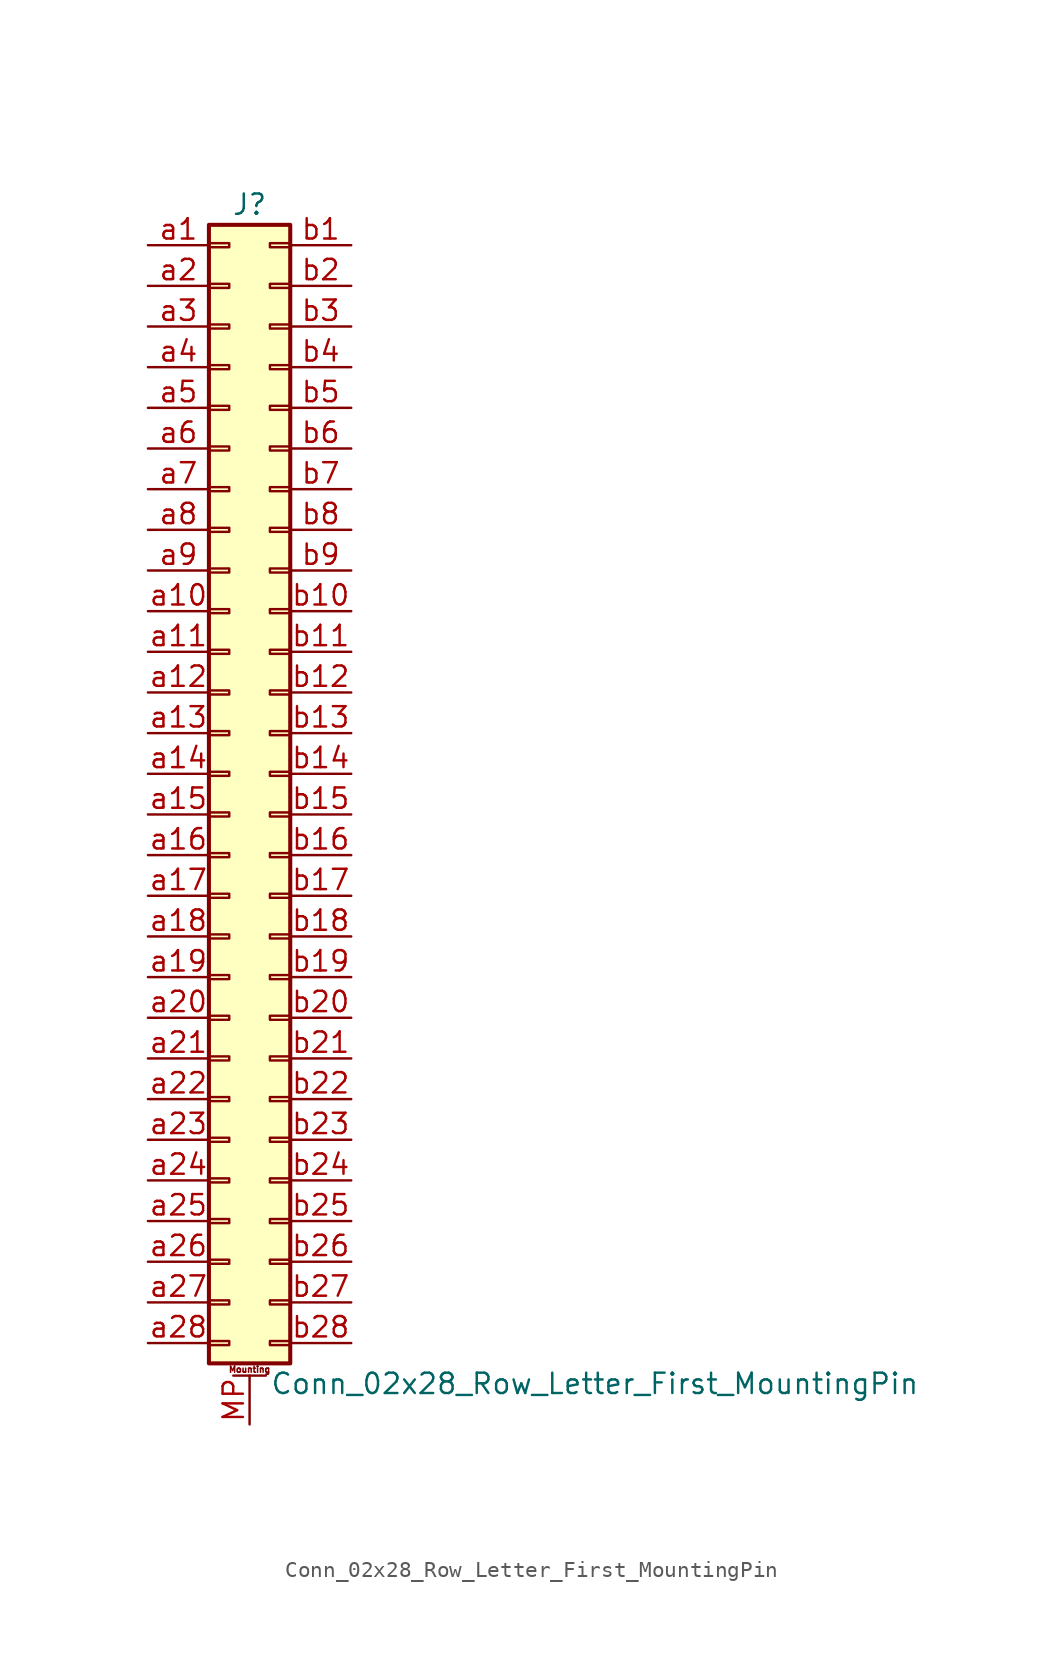
<source format=kicad_sym>
(kicad_symbol_lib
  (version 20211014)
  (generator kicad_symbol_editor)
  (symbol "Conn_02x28_Row_Letter_First_MountingPin"
    (pin_names
      (offset 1.016) hide)
    (property "Reference" "J"
      (at 1.27 35.56 0)
      (effects (font (size 1.27 1.27))))
    (property "Value" "Conn_02x28_Row_Letter_First_MountingPin"
      (at 2.54 -38.1 0)
      (effects (font (size 1.27 1.27)) (justify left)))
    (symbol "Conn_02x28_Row_Letter_First_MountingPin_1_1"
      (rectangle (start -1.27 -35.433) (end 0 -35.687) (stroke (width 0.152) (type default) (color 0 0 0 0)) (fill (type none)))
      (rectangle (start -1.27 -32.893) (end 0 -33.147) (stroke (width 0.152) (type default) (color 0 0 0 0)) (fill (type none)))
      (rectangle (start -1.27 -30.353) (end 0 -30.607) (stroke (width 0.152) (type default) (color 0 0 0 0)) (fill (type none)))
      (rectangle (start -1.27 -27.813) (end 0 -28.067) (stroke (width 0.152) (type default) (color 0 0 0 0)) (fill (type none)))
      (rectangle (start -1.27 -25.273) (end 0 -25.527) (stroke (width 0.152) (type default) (color 0 0 0 0)) (fill (type none)))
      (rectangle (start -1.27 -22.733) (end 0 -22.987) (stroke (width 0.152) (type default) (color 0 0 0 0)) (fill (type none)))
      (rectangle (start -1.27 -20.193) (end 0 -20.447) (stroke (width 0.152) (type default) (color 0 0 0 0)) (fill (type none)))
      (rectangle (start -1.27 -17.653) (end 0 -17.907) (stroke (width 0.152) (type default) (color 0 0 0 0)) (fill (type none)))
      (rectangle (start -1.27 -15.113) (end 0 -15.367) (stroke (width 0.152) (type default) (color 0 0 0 0)) (fill (type none)))
      (rectangle (start -1.27 -12.573) (end 0 -12.827) (stroke (width 0.152) (type default) (color 0 0 0 0)) (fill (type none)))
      (rectangle (start -1.27 -10.033) (end 0 -10.287) (stroke (width 0.152) (type default) (color 0 0 0 0)) (fill (type none)))
      (rectangle (start -1.27 -7.493) (end 0 -7.747) (stroke (width 0.152) (type default) (color 0 0 0 0)) (fill (type none)))
      (rectangle (start -1.27 -4.953) (end 0 -5.207) (stroke (width 0.152) (type default) (color 0 0 0 0)) (fill (type none)))
      (rectangle (start -1.27 -2.413) (end 0 -2.667) (stroke (width 0.152) (type default) (color 0 0 0 0)) (fill (type none)))
      (rectangle (start -1.27 0.127) (end 0 -0.127) (stroke (width 0.152) (type default) (color 0 0 0 0)) (fill (type none)))
      (rectangle (start -1.27 2.667) (end 0 2.413) (stroke (width 0.152) (type default) (color 0 0 0 0)) (fill (type none)))
      (rectangle (start -1.27 5.207) (end 0 4.953) (stroke (width 0.152) (type default) (color 0 0 0 0)) (fill (type none)))
      (rectangle (start -1.27 7.747) (end 0 7.493) (stroke (width 0.152) (type default) (color 0 0 0 0)) (fill (type none)))
      (rectangle (start -1.27 10.287) (end 0 10.033) (stroke (width 0.152) (type default) (color 0 0 0 0)) (fill (type none)))
      (rectangle (start -1.27 12.827) (end 0 12.573) (stroke (width 0.152) (type default) (color 0 0 0 0)) (fill (type none)))
      (rectangle (start -1.27 15.367) (end 0 15.113) (stroke (width 0.152) (type default) (color 0 0 0 0)) (fill (type none)))
      (rectangle (start -1.27 17.907) (end 0 17.653) (stroke (width 0.152) (type default) (color 0 0 0 0)) (fill (type none)))
      (rectangle (start -1.27 20.447) (end 0 20.193) (stroke (width 0.152) (type default) (color 0 0 0 0)) (fill (type none)))
      (rectangle (start -1.27 22.987) (end 0 22.733) (stroke (width 0.152) (type default) (color 0 0 0 0)) (fill (type none)))
      (rectangle (start -1.27 25.527) (end 0 25.273) (stroke (width 0.152) (type default) (color 0 0 0 0)) (fill (type none)))
      (rectangle (start -1.27 28.067) (end 0 27.813) (stroke (width 0.152) (type default) (color 0 0 0 0)) (fill (type none)))
      (rectangle (start -1.27 30.607) (end 0 30.353) (stroke (width 0.152) (type default) (color 0 0 0 0)) (fill (type none)))
      (rectangle (start -1.27 33.147) (end 0 32.893) (stroke (width 0.152) (type default) (color 0 0 0 0)) (fill (type none)))
      (rectangle (start -1.27 34.29) (end 3.81 -36.83) (stroke (width 0.254) (type default) (color 0 0 0 0)) (fill (type background)))
      (polyline (pts (xy 0.254 -37.592) (xy 2.286 -37.592)) (stroke (width 0.152) (type default) (color 0 0 0 0)) (fill (type none)))
      (rectangle (start 3.81 -35.433) (end 2.54 -35.687) (stroke (width 0.152) (type default) (color 0 0 0 0)) (fill (type none)))
      (rectangle (start 3.81 -32.893) (end 2.54 -33.147) (stroke (width 0.152) (type default) (color 0 0 0 0)) (fill (type none)))
      (rectangle (start 3.81 -30.353) (end 2.54 -30.607) (stroke (width 0.152) (type default) (color 0 0 0 0)) (fill (type none)))
      (rectangle (start 3.81 -27.813) (end 2.54 -28.067) (stroke (width 0.152) (type default) (color 0 0 0 0)) (fill (type none)))
      (rectangle (start 3.81 -25.273) (end 2.54 -25.527) (stroke (width 0.152) (type default) (color 0 0 0 0)) (fill (type none)))
      (rectangle (start 3.81 -22.733) (end 2.54 -22.987) (stroke (width 0.152) (type default) (color 0 0 0 0)) (fill (type none)))
      (rectangle (start 3.81 -20.193) (end 2.54 -20.447) (stroke (width 0.152) (type default) (color 0 0 0 0)) (fill (type none)))
      (rectangle (start 3.81 -17.653) (end 2.54 -17.907) (stroke (width 0.152) (type default) (color 0 0 0 0)) (fill (type none)))
      (rectangle (start 3.81 -15.113) (end 2.54 -15.367) (stroke (width 0.152) (type default) (color 0 0 0 0)) (fill (type none)))
      (rectangle (start 3.81 -12.573) (end 2.54 -12.827) (stroke (width 0.152) (type default) (color 0 0 0 0)) (fill (type none)))
      (rectangle (start 3.81 -10.033) (end 2.54 -10.287) (stroke (width 0.152) (type default) (color 0 0 0 0)) (fill (type none)))
      (rectangle (start 3.81 -7.493) (end 2.54 -7.747) (stroke (width 0.152) (type default) (color 0 0 0 0)) (fill (type none)))
      (rectangle (start 3.81 -4.953) (end 2.54 -5.207) (stroke (width 0.152) (type default) (color 0 0 0 0)) (fill (type none)))
      (rectangle (start 3.81 -2.413) (end 2.54 -2.667) (stroke (width 0.152) (type default) (color 0 0 0 0)) (fill (type none)))
      (rectangle (start 3.81 0.127) (end 2.54 -0.127) (stroke (width 0.152) (type default) (color 0 0 0 0)) (fill (type none)))
      (rectangle (start 3.81 2.667) (end 2.54 2.413) (stroke (width 0.152) (type default) (color 0 0 0 0)) (fill (type none)))
      (rectangle (start 3.81 5.207) (end 2.54 4.953) (stroke (width 0.152) (type default) (color 0 0 0 0)) (fill (type none)))
      (rectangle (start 3.81 7.747) (end 2.54 7.493) (stroke (width 0.152) (type default) (color 0 0 0 0)) (fill (type none)))
      (rectangle (start 3.81 10.287) (end 2.54 10.033) (stroke (width 0.152) (type default) (color 0 0 0 0)) (fill (type none)))
      (rectangle (start 3.81 12.827) (end 2.54 12.573) (stroke (width 0.152) (type default) (color 0 0 0 0)) (fill (type none)))
      (rectangle (start 3.81 15.367) (end 2.54 15.113) (stroke (width 0.152) (type default) (color 0 0 0 0)) (fill (type none)))
      (rectangle (start 3.81 17.907) (end 2.54 17.653) (stroke (width 0.152) (type default) (color 0 0 0 0)) (fill (type none)))
      (rectangle (start 3.81 20.447) (end 2.54 20.193) (stroke (width 0.152) (type default) (color 0 0 0 0)) (fill (type none)))
      (rectangle (start 3.81 22.987) (end 2.54 22.733) (stroke (width 0.152) (type default) (color 0 0 0 0)) (fill (type none)))
      (rectangle (start 3.81 25.527) (end 2.54 25.273) (stroke (width 0.152) (type default) (color 0 0 0 0)) (fill (type none)))
      (rectangle (start 3.81 28.067) (end 2.54 27.813) (stroke (width 0.152) (type default) (color 0 0 0 0)) (fill (type none)))
      (rectangle (start 3.81 30.607) (end 2.54 30.353) (stroke (width 0.152) (type default) (color 0 0 0 0)) (fill (type none)))
      (rectangle (start 3.81 33.147) (end 2.54 32.893) (stroke (width 0.152) (type default) (color 0 0 0 0)) (fill (type none)))
      (text "Mounting" (at 1.27 -37.211 0) (effects (font (size 0.381 0.381))))
      (pin passive line (at 1.27 -40.64 90) (length 3.048) (name "MountPin" (effects (font (size 1.27 1.27)))) (number "MP" (effects (font (size 1.27 1.27)))))
      (pin passive line (at -5.08 33.02 0) (length 3.81) (name "Pin_a1" (effects (font (size 1.27 1.27)))) (number "a1" (effects (font (size 1.27 1.27)))))
      (pin passive line (at -5.08 10.16 0) (length 3.81) (name "Pin_a10" (effects (font (size 1.27 1.27)))) (number "a10" (effects (font (size 1.27 1.27)))))
      (pin passive line (at -5.08 7.62 0) (length 3.81) (name "Pin_a11" (effects (font (size 1.27 1.27)))) (number "a11" (effects (font (size 1.27 1.27)))))
      (pin passive line (at -5.08 5.08 0) (length 3.81) (name "Pin_a12" (effects (font (size 1.27 1.27)))) (number "a12" (effects (font (size 1.27 1.27)))))
      (pin passive line (at -5.08 2.54 0) (length 3.81) (name "Pin_a13" (effects (font (size 1.27 1.27)))) (number "a13" (effects (font (size 1.27 1.27)))))
      (pin passive line (at -5.08 0 0) (length 3.81) (name "Pin_a14" (effects (font (size 1.27 1.27)))) (number "a14" (effects (font (size 1.27 1.27)))))
      (pin passive line (at -5.08 -2.54 0) (length 3.81) (name "Pin_a15" (effects (font (size 1.27 1.27)))) (number "a15" (effects (font (size 1.27 1.27)))))
      (pin passive line (at -5.08 -5.08 0) (length 3.81) (name "Pin_a16" (effects (font (size 1.27 1.27)))) (number "a16" (effects (font (size 1.27 1.27)))))
      (pin passive line (at -5.08 -7.62 0) (length 3.81) (name "Pin_a17" (effects (font (size 1.27 1.27)))) (number "a17" (effects (font (size 1.27 1.27)))))
      (pin passive line (at -5.08 -10.16 0) (length 3.81) (name "Pin_a18" (effects (font (size 1.27 1.27)))) (number "a18" (effects (font (size 1.27 1.27)))))
      (pin passive line (at -5.08 -12.7 0) (length 3.81) (name "Pin_a19" (effects (font (size 1.27 1.27)))) (number "a19" (effects (font (size 1.27 1.27)))))
      (pin passive line (at -5.08 30.48 0) (length 3.81) (name "Pin_a2" (effects (font (size 1.27 1.27)))) (number "a2" (effects (font (size 1.27 1.27)))))
      (pin passive line (at -5.08 -15.24 0) (length 3.81) (name "Pin_a20" (effects (font (size 1.27 1.27)))) (number "a20" (effects (font (size 1.27 1.27)))))
      (pin passive line (at -5.08 -17.78 0) (length 3.81) (name "Pin_a21" (effects (font (size 1.27 1.27)))) (number "a21" (effects (font (size 1.27 1.27)))))
      (pin passive line (at -5.08 -20.32 0) (length 3.81) (name "Pin_a22" (effects (font (size 1.27 1.27)))) (number "a22" (effects (font (size 1.27 1.27)))))
      (pin passive line (at -5.08 -22.86 0) (length 3.81) (name "Pin_a23" (effects (font (size 1.27 1.27)))) (number "a23" (effects (font (size 1.27 1.27)))))
      (pin passive line (at -5.08 -25.4 0) (length 3.81) (name "Pin_a24" (effects (font (size 1.27 1.27)))) (number "a24" (effects (font (size 1.27 1.27)))))
      (pin passive line (at -5.08 -27.94 0) (length 3.81) (name "Pin_a25" (effects (font (size 1.27 1.27)))) (number "a25" (effects (font (size 1.27 1.27)))))
      (pin passive line (at -5.08 -30.48 0) (length 3.81) (name "Pin_a26" (effects (font (size 1.27 1.27)))) (number "a26" (effects (font (size 1.27 1.27)))))
      (pin passive line (at -5.08 -33.02 0) (length 3.81) (name "Pin_a27" (effects (font (size 1.27 1.27)))) (number "a27" (effects (font (size 1.27 1.27)))))
      (pin passive line (at -5.08 -35.56 0) (length 3.81) (name "Pin_a28" (effects (font (size 1.27 1.27)))) (number "a28" (effects (font (size 1.27 1.27)))))
      (pin passive line (at -5.08 27.94 0) (length 3.81) (name "Pin_a3" (effects (font (size 1.27 1.27)))) (number "a3" (effects (font (size 1.27 1.27)))))
      (pin passive line (at -5.08 25.4 0) (length 3.81) (name "Pin_a4" (effects (font (size 1.27 1.27)))) (number "a4" (effects (font (size 1.27 1.27)))))
      (pin passive line (at -5.08 22.86 0) (length 3.81) (name "Pin_a5" (effects (font (size 1.27 1.27)))) (number "a5" (effects (font (size 1.27 1.27)))))
      (pin passive line (at -5.08 20.32 0) (length 3.81) (name "Pin_a6" (effects (font (size 1.27 1.27)))) (number "a6" (effects (font (size 1.27 1.27)))))
      (pin passive line (at -5.08 17.78 0) (length 3.81) (name "Pin_a7" (effects (font (size 1.27 1.27)))) (number "a7" (effects (font (size 1.27 1.27)))))
      (pin passive line (at -5.08 15.24 0) (length 3.81) (name "Pin_a8" (effects (font (size 1.27 1.27)))) (number "a8" (effects (font (size 1.27 1.27)))))
      (pin passive line (at -5.08 12.7 0) (length 3.81) (name "Pin_a9" (effects (font (size 1.27 1.27)))) (number "a9" (effects (font (size 1.27 1.27)))))
      (pin passive line (at 7.62 33.02 180) (length 3.81) (name "Pin_b1" (effects (font (size 1.27 1.27)))) (number "b1" (effects (font (size 1.27 1.27)))))
      (pin passive line (at 7.62 10.16 180) (length 3.81) (name "Pin_b10" (effects (font (size 1.27 1.27)))) (number "b10" (effects (font (size 1.27 1.27)))))
      (pin passive line (at 7.62 7.62 180) (length 3.81) (name "Pin_b11" (effects (font (size 1.27 1.27)))) (number "b11" (effects (font (size 1.27 1.27)))))
      (pin passive line (at 7.62 5.08 180) (length 3.81) (name "Pin_b12" (effects (font (size 1.27 1.27)))) (number "b12" (effects (font (size 1.27 1.27)))))
      (pin passive line (at 7.62 2.54 180) (length 3.81) (name "Pin_b13" (effects (font (size 1.27 1.27)))) (number "b13" (effects (font (size 1.27 1.27)))))
      (pin passive line (at 7.62 0 180) (length 3.81) (name "Pin_b14" (effects (font (size 1.27 1.27)))) (number "b14" (effects (font (size 1.27 1.27)))))
      (pin passive line (at 7.62 -2.54 180) (length 3.81) (name "Pin_b15" (effects (font (size 1.27 1.27)))) (number "b15" (effects (font (size 1.27 1.27)))))
      (pin passive line (at 7.62 -5.08 180) (length 3.81) (name "Pin_b16" (effects (font (size 1.27 1.27)))) (number "b16" (effects (font (size 1.27 1.27)))))
      (pin passive line (at 7.62 -7.62 180) (length 3.81) (name "Pin_b17" (effects (font (size 1.27 1.27)))) (number "b17" (effects (font (size 1.27 1.27)))))
      (pin passive line (at 7.62 -10.16 180) (length 3.81) (name "Pin_b18" (effects (font (size 1.27 1.27)))) (number "b18" (effects (font (size 1.27 1.27)))))
      (pin passive line (at 7.62 -12.7 180) (length 3.81) (name "Pin_b19" (effects (font (size 1.27 1.27)))) (number "b19" (effects (font (size 1.27 1.27)))))
      (pin passive line (at 7.62 30.48 180) (length 3.81) (name "Pin_b2" (effects (font (size 1.27 1.27)))) (number "b2" (effects (font (size 1.27 1.27)))))
      (pin passive line (at 7.62 -15.24 180) (length 3.81) (name "Pin_b20" (effects (font (size 1.27 1.27)))) (number "b20" (effects (font (size 1.27 1.27)))))
      (pin passive line (at 7.62 -17.78 180) (length 3.81) (name "Pin_b21" (effects (font (size 1.27 1.27)))) (number "b21" (effects (font (size 1.27 1.27)))))
      (pin passive line (at 7.62 -20.32 180) (length 3.81) (name "Pin_b22" (effects (font (size 1.27 1.27)))) (number "b22" (effects (font (size 1.27 1.27)))))
      (pin passive line (at 7.62 -22.86 180) (length 3.81) (name "Pin_b23" (effects (font (size 1.27 1.27)))) (number "b23" (effects (font (size 1.27 1.27)))))
      (pin passive line (at 7.62 -25.4 180) (length 3.81) (name "Pin_b24" (effects (font (size 1.27 1.27)))) (number "b24" (effects (font (size 1.27 1.27)))))
      (pin passive line (at 7.62 -27.94 180) (length 3.81) (name "Pin_b25" (effects (font (size 1.27 1.27)))) (number "b25" (effects (font (size 1.27 1.27)))))
      (pin passive line (at 7.62 -30.48 180) (length 3.81) (name "Pin_b26" (effects (font (size 1.27 1.27)))) (number "b26" (effects (font (size 1.27 1.27)))))
      (pin passive line (at 7.62 -33.02 180) (length 3.81) (name "Pin_b27" (effects (font (size 1.27 1.27)))) (number "b27" (effects (font (size 1.27 1.27)))))
      (pin passive line (at 7.62 -35.56 180) (length 3.81) (name "Pin_b28" (effects (font (size 1.27 1.27)))) (number "b28" (effects (font (size 1.27 1.27)))))
      (pin passive line (at 7.62 27.94 180) (length 3.81) (name "Pin_b3" (effects (font (size 1.27 1.27)))) (number "b3" (effects (font (size 1.27 1.27)))))
      (pin passive line (at 7.62 25.4 180) (length 3.81) (name "Pin_b4" (effects (font (size 1.27 1.27)))) (number "b4" (effects (font (size 1.27 1.27)))))
      (pin passive line (at 7.62 22.86 180) (length 3.81) (name "Pin_b5" (effects (font (size 1.27 1.27)))) (number "b5" (effects (font (size 1.27 1.27)))))
      (pin passive line (at 7.62 20.32 180) (length 3.81) (name "Pin_b6" (effects (font (size 1.27 1.27)))) (number "b6" (effects (font (size 1.27 1.27)))))
      (pin passive line (at 7.62 17.78 180) (length 3.81) (name "Pin_b7" (effects (font (size 1.27 1.27)))) (number "b7" (effects (font (size 1.27 1.27)))))
      (pin passive line (at 7.62 15.24 180) (length 3.81) (name "Pin_b8" (effects (font (size 1.27 1.27)))) (number "b8" (effects (font (size 1.27 1.27)))))
      (pin passive line (at 7.62 12.7 180) (length 3.81) (name "Pin_b9" (effects (font (size 1.27 1.27)))) (number "b9" (effects (font (size 1.27 1.27))))))))
</source>
